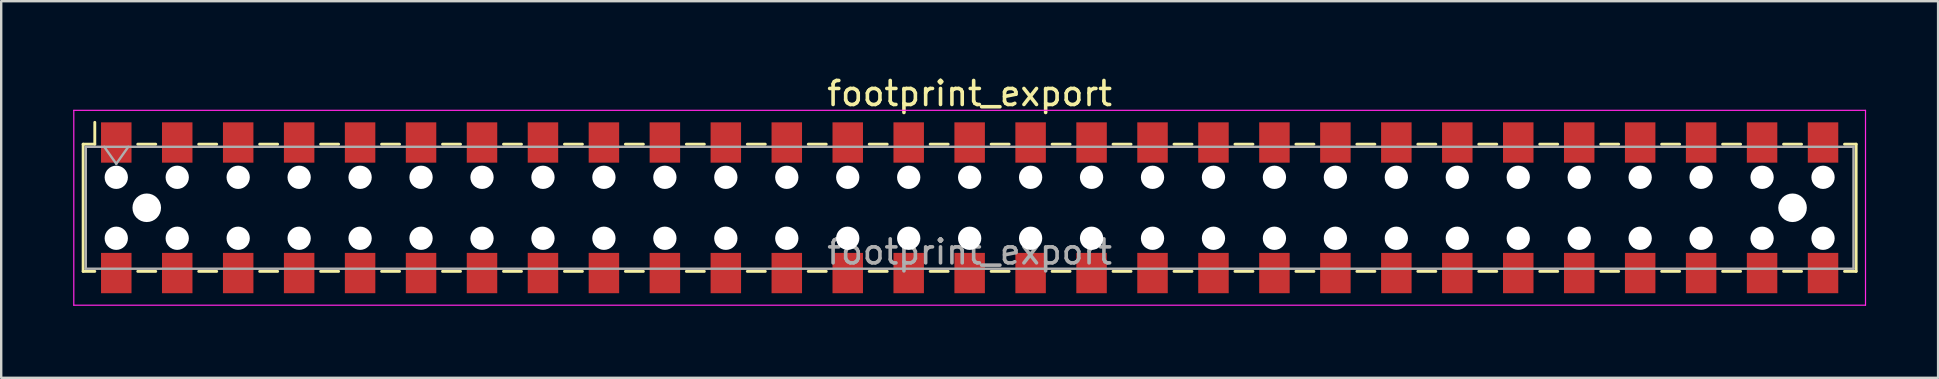
<source format=kicad_pcb>
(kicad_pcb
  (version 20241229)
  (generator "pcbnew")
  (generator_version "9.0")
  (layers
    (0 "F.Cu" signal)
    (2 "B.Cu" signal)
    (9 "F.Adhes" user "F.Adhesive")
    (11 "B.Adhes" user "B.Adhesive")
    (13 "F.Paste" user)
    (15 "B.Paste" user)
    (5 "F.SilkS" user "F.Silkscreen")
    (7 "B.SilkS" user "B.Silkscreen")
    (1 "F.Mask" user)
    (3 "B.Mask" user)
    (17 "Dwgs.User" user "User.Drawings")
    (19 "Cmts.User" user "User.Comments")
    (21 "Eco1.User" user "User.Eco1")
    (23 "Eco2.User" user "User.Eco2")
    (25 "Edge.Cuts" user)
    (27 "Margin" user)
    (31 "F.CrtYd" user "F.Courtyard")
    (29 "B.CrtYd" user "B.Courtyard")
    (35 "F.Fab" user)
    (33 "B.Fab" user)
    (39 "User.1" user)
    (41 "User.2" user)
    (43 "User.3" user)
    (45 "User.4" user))
  (footprint "footprint_export"
    (layer "F.Cu")
    (at 37.355 5.608)
    (property "Reference" "footprint_export" (at 0 -4.76 0) (layer "F.SilkS") (effects (font (size 1 1) (thickness 0.15))))
    (attr smd)
    (fp_line (start -36.94 -2.65) (end -36.94 2.65) (stroke (width 0.12) (type solid)) (layer "F.SilkS"))
    (fp_line (start -36.94 2.65) (end -36.455 2.65) (stroke (width 0.12) (type solid)) (layer "F.SilkS"))
    (fp_line (start -36.455 -3.56) (end -36.455 -2.65) (stroke (width 0.12) (type solid)) (layer "F.SilkS"))
    (fp_line (start -36.455 -2.65) (end -36.94 -2.65) (stroke (width 0.12) (type solid)) (layer "F.SilkS"))
    (fp_line (start -34.665 -2.65) (end -33.915 -2.65) (stroke (width 0.12) (type solid)) (layer "F.SilkS"))
    (fp_line (start -34.665 2.65) (end -33.915 2.65) (stroke (width 0.12) (type solid)) (layer "F.SilkS"))
    (fp_line (start -32.125 -2.65) (end -31.375 -2.65) (stroke (width 0.12) (type solid)) (layer "F.SilkS"))
    (fp_line (start -32.125 2.65) (end -31.375 2.65) (stroke (width 0.12) (type solid)) (layer "F.SilkS"))
    (fp_line (start -29.585 -2.65) (end -28.835 -2.65) (stroke (width 0.12) (type solid)) (layer "F.SilkS"))
    (fp_line (start -29.585 2.65) (end -28.835 2.65) (stroke (width 0.12) (type solid)) (layer "F.SilkS"))
    (fp_line (start -27.045 -2.65) (end -26.295 -2.65) (stroke (width 0.12) (type solid)) (layer "F.SilkS"))
    (fp_line (start -27.045 2.65) (end -26.295 2.65) (stroke (width 0.12) (type solid)) (layer "F.SilkS"))
    (fp_line (start -24.505 -2.65) (end -23.755 -2.65) (stroke (width 0.12) (type solid)) (layer "F.SilkS"))
    (fp_line (start -24.505 2.65) (end -23.755 2.65) (stroke (width 0.12) (type solid)) (layer "F.SilkS"))
    (fp_line (start -21.965 -2.65) (end -21.215 -2.65) (stroke (width 0.12) (type solid)) (layer "F.SilkS"))
    (fp_line (start -21.965 2.65) (end -21.215 2.65) (stroke (width 0.12) (type solid)) (layer "F.SilkS"))
    (fp_line (start -19.425 -2.65) (end -18.675 -2.65) (stroke (width 0.12) (type solid)) (layer "F.SilkS"))
    (fp_line (start -19.425 2.65) (end -18.675 2.65) (stroke (width 0.12) (type solid)) (layer "F.SilkS"))
    (fp_line (start -16.885 -2.65) (end -16.135 -2.65) (stroke (width 0.12) (type solid)) (layer "F.SilkS"))
    (fp_line (start -16.885 2.65) (end -16.135 2.65) (stroke (width 0.12) (type solid)) (layer "F.SilkS"))
    (fp_line (start -14.345 -2.65) (end -13.595 -2.65) (stroke (width 0.12) (type solid)) (layer "F.SilkS"))
    (fp_line (start -14.345 2.65) (end -13.595 2.65) (stroke (width 0.12) (type solid)) (layer "F.SilkS"))
    (fp_line (start -11.805 -2.65) (end -11.055 -2.65) (stroke (width 0.12) (type solid)) (layer "F.SilkS"))
    (fp_line (start -11.805 2.65) (end -11.055 2.65) (stroke (width 0.12) (type solid)) (layer "F.SilkS"))
    (fp_line (start -9.265 -2.65) (end -8.515 -2.65) (stroke (width 0.12) (type solid)) (layer "F.SilkS"))
    (fp_line (start -9.265 2.65) (end -8.515 2.65) (stroke (width 0.12) (type solid)) (layer "F.SilkS"))
    (fp_line (start -6.725 -2.65) (end -5.975 -2.65) (stroke (width 0.12) (type solid)) (layer "F.SilkS"))
    (fp_line (start -6.725 2.65) (end -5.975 2.65) (stroke (width 0.12) (type solid)) (layer "F.SilkS"))
    (fp_line (start -4.185 -2.65) (end -3.435 -2.65) (stroke (width 0.12) (type solid)) (layer "F.SilkS"))
    (fp_line (start -4.185 2.65) (end -3.435 2.65) (stroke (width 0.12) (type solid)) (layer "F.SilkS"))
    (fp_line (start -1.645 -2.65) (end -0.895 -2.65) (stroke (width 0.12) (type solid)) (layer "F.SilkS"))
    (fp_line (start -1.645 2.65) (end -0.895 2.65) (stroke (width 0.12) (type solid)) (layer "F.SilkS"))
    (fp_line (start 0.895 -2.65) (end 1.645 -2.65) (stroke (width 0.12) (type solid)) (layer "F.SilkS"))
    (fp_line (start 0.895 2.65) (end 1.645 2.65) (stroke (width 0.12) (type solid)) (layer "F.SilkS"))
    (fp_line (start 3.435 -2.65) (end 4.185 -2.65) (stroke (width 0.12) (type solid)) (layer "F.SilkS"))
    (fp_line (start 3.435 2.65) (end 4.185 2.65) (stroke (width 0.12) (type solid)) (layer "F.SilkS"))
    (fp_line (start 5.975 -2.65) (end 6.725 -2.65) (stroke (width 0.12) (type solid)) (layer "F.SilkS"))
    (fp_line (start 5.975 2.65) (end 6.725 2.65) (stroke (width 0.12) (type solid)) (layer "F.SilkS"))
    (fp_line (start 8.515 -2.65) (end 9.265 -2.65) (stroke (width 0.12) (type solid)) (layer "F.SilkS"))
    (fp_line (start 8.515 2.65) (end 9.265 2.65) (stroke (width 0.12) (type solid)) (layer "F.SilkS"))
    (fp_line (start 11.055 -2.65) (end 11.805 -2.65) (stroke (width 0.12) (type solid)) (layer "F.SilkS"))
    (fp_line (start 11.055 2.65) (end 11.805 2.65) (stroke (width 0.12) (type solid)) (layer "F.SilkS"))
    (fp_line (start 13.595 -2.65) (end 14.345 -2.65) (stroke (width 0.12) (type solid)) (layer "F.SilkS"))
    (fp_line (start 13.595 2.65) (end 14.345 2.65) (stroke (width 0.12) (type solid)) (layer "F.SilkS"))
    (fp_line (start 16.135 -2.65) (end 16.885 -2.65) (stroke (width 0.12) (type solid)) (layer "F.SilkS"))
    (fp_line (start 16.135 2.65) (end 16.885 2.65) (stroke (width 0.12) (type solid)) (layer "F.SilkS"))
    (fp_line (start 18.675 -2.65) (end 19.425 -2.65) (stroke (width 0.12) (type solid)) (layer "F.SilkS"))
    (fp_line (start 18.675 2.65) (end 19.425 2.65) (stroke (width 0.12) (type solid)) (layer "F.SilkS"))
    (fp_line (start 21.215 -2.65) (end 21.965 -2.65) (stroke (width 0.12) (type solid)) (layer "F.SilkS"))
    (fp_line (start 21.215 2.65) (end 21.965 2.65) (stroke (width 0.12) (type solid)) (layer "F.SilkS"))
    (fp_line (start 23.755 -2.65) (end 24.505 -2.65) (stroke (width 0.12) (type solid)) (layer "F.SilkS"))
    (fp_line (start 23.755 2.65) (end 24.505 2.65) (stroke (width 0.12) (type solid)) (layer "F.SilkS"))
    (fp_line (start 26.295 -2.65) (end 27.045 -2.65) (stroke (width 0.12) (type solid)) (layer "F.SilkS"))
    (fp_line (start 26.295 2.65) (end 27.045 2.65) (stroke (width 0.12) (type solid)) (layer "F.SilkS"))
    (fp_line (start 28.835 -2.65) (end 29.585 -2.65) (stroke (width 0.12) (type solid)) (layer "F.SilkS"))
    (fp_line (start 28.835 2.65) (end 29.585 2.65) (stroke (width 0.12) (type solid)) (layer "F.SilkS"))
    (fp_line (start 31.375 -2.65) (end 32.125 -2.65) (stroke (width 0.12) (type solid)) (layer "F.SilkS"))
    (fp_line (start 31.375 2.65) (end 32.125 2.65) (stroke (width 0.12) (type solid)) (layer "F.SilkS"))
    (fp_line (start 33.915 -2.65) (end 34.665 -2.65) (stroke (width 0.12) (type solid)) (layer "F.SilkS"))
    (fp_line (start 33.915 2.65) (end 34.665 2.65) (stroke (width 0.12) (type solid)) (layer "F.SilkS"))
    (fp_line (start 36.455 -2.65) (end 36.94 -2.65) (stroke (width 0.12) (type solid)) (layer "F.SilkS"))
    (fp_line (start 36.94 -2.65) (end 36.94 2.65) (stroke (width 0.12) (type solid)) (layer "F.SilkS"))
    (fp_line (start 36.94 2.65) (end 36.455 2.65) (stroke (width 0.12) (type solid)) (layer "F.SilkS"))
    (fp_line (start -37.33 -4.06) (end 37.33 -4.06) (stroke (width 0.05) (type solid)) (layer "F.CrtYd"))
    (fp_line (start -37.33 4.06) (end -37.33 -4.06) (stroke (width 0.05) (type solid)) (layer "F.CrtYd"))
    (fp_line (start 37.33 -4.06) (end 37.33 4.06) (stroke (width 0.05) (type solid)) (layer "F.CrtYd"))
    (fp_line (start 37.33 4.06) (end -37.33 4.06) (stroke (width 0.05) (type solid)) (layer "F.CrtYd"))
    (fp_line (start -36.83 -2.54) (end 36.83 -2.54) (stroke (width 0.1) (type solid)) (layer "F.Fab"))
    (fp_line (start -36.83 2.54) (end -36.83 -2.54) (stroke (width 0.1) (type solid)) (layer "F.Fab"))
    (fp_line (start -36.06 -2.54) (end -35.56 -1.833) (stroke (width 0.1) (type solid)) (layer "F.Fab"))
    (fp_line (start -35.56 -1.833) (end -35.06 -2.54) (stroke (width 0.1) (type solid)) (layer "F.Fab"))
    (fp_line (start 36.83 -2.54) (end 36.83 2.54) (stroke (width 0.1) (type solid)) (layer "F.Fab"))
    (fp_line (start 36.83 2.54) (end -36.83 2.54) (stroke (width 0.1) (type solid)) (layer "F.Fab"))
    (fp_text user "${REFERENCE}" (at 0 1.84 0) (layer "F.Fab") (effects (font (size 1 1) (thickness 0.15))))
    (pad "" np_thru_hole circle (at -35.56 -1.27) (size 0.97 0.97) (drill 0.97) (layers "*.Cu" "*.Mask"))
    (pad "" np_thru_hole circle (at -35.56 1.27) (size 0.97 0.97) (drill 0.97) (layers "*.Cu" "*.Mask"))
    (pad "" np_thru_hole circle (at -34.29 0) (size 1.19 1.19) (drill 1.19) (layers "*.Cu" "*.Mask"))
    (pad "" np_thru_hole circle (at -33.02 -1.27) (size 0.97 0.97) (drill 0.97) (layers "*.Cu" "*.Mask"))
    (pad "" np_thru_hole circle (at -33.02 1.27) (size 0.97 0.97) (drill 0.97) (layers "*.Cu" "*.Mask"))
    (pad "" np_thru_hole circle (at -30.48 -1.27) (size 0.97 0.97) (drill 0.97) (layers "*.Cu" "*.Mask"))
    (pad "" np_thru_hole circle (at -30.48 1.27) (size 0.97 0.97) (drill 0.97) (layers "*.Cu" "*.Mask"))
    (pad "" np_thru_hole circle (at -27.94 -1.27) (size 0.97 0.97) (drill 0.97) (layers "*.Cu" "*.Mask"))
    (pad "" np_thru_hole circle (at -27.94 1.27) (size 0.97 0.97) (drill 0.97) (layers "*.Cu" "*.Mask"))
    (pad "" np_thru_hole circle (at -25.4 -1.27) (size 0.97 0.97) (drill 0.97) (layers "*.Cu" "*.Mask"))
    (pad "" np_thru_hole circle (at -25.4 1.27) (size 0.97 0.97) (drill 0.97) (layers "*.Cu" "*.Mask"))
    (pad "" np_thru_hole circle (at -22.86 -1.27) (size 0.97 0.97) (drill 0.97) (layers "*.Cu" "*.Mask"))
    (pad "" np_thru_hole circle (at -22.86 1.27) (size 0.97 0.97) (drill 0.97) (layers "*.Cu" "*.Mask"))
    (pad "" np_thru_hole circle (at -20.32 -1.27) (size 0.97 0.97) (drill 0.97) (layers "*.Cu" "*.Mask"))
    (pad "" np_thru_hole circle (at -20.32 1.27) (size 0.97 0.97) (drill 0.97) (layers "*.Cu" "*.Mask"))
    (pad "" np_thru_hole circle (at -17.78 -1.27) (size 0.97 0.97) (drill 0.97) (layers "*.Cu" "*.Mask"))
    (pad "" np_thru_hole circle (at -17.78 1.27) (size 0.97 0.97) (drill 0.97) (layers "*.Cu" "*.Mask"))
    (pad "" np_thru_hole circle (at -15.24 -1.27) (size 0.97 0.97) (drill 0.97) (layers "*.Cu" "*.Mask"))
    (pad "" np_thru_hole circle (at -15.24 1.27) (size 0.97 0.97) (drill 0.97) (layers "*.Cu" "*.Mask"))
    (pad "" np_thru_hole circle (at -12.7 -1.27) (size 0.97 0.97) (drill 0.97) (layers "*.Cu" "*.Mask"))
    (pad "" np_thru_hole circle (at -12.7 1.27) (size 0.97 0.97) (drill 0.97) (layers "*.Cu" "*.Mask"))
    (pad "" np_thru_hole circle (at -10.16 -1.27) (size 0.97 0.97) (drill 0.97) (layers "*.Cu" "*.Mask"))
    (pad "" np_thru_hole circle (at -10.16 1.27) (size 0.97 0.97) (drill 0.97) (layers "*.Cu" "*.Mask"))
    (pad "" np_thru_hole circle (at -7.62 -1.27) (size 0.97 0.97) (drill 0.97) (layers "*.Cu" "*.Mask"))
    (pad "" np_thru_hole circle (at -7.62 1.27) (size 0.97 0.97) (drill 0.97) (layers "*.Cu" "*.Mask"))
    (pad "" np_thru_hole circle (at -5.08 -1.27) (size 0.97 0.97) (drill 0.97) (layers "*.Cu" "*.Mask"))
    (pad "" np_thru_hole circle (at -5.08 1.27) (size 0.97 0.97) (drill 0.97) (layers "*.Cu" "*.Mask"))
    (pad "" np_thru_hole circle (at -2.54 -1.27) (size 0.97 0.97) (drill 0.97) (layers "*.Cu" "*.Mask"))
    (pad "" np_thru_hole circle (at -2.54 1.27) (size 0.97 0.97) (drill 0.97) (layers "*.Cu" "*.Mask"))
    (pad "" np_thru_hole circle (at 0 -1.27) (size 0.97 0.97) (drill 0.97) (layers "*.Cu" "*.Mask"))
    (pad "" np_thru_hole circle (at 0 1.27) (size 0.97 0.97) (drill 0.97) (layers "*.Cu" "*.Mask"))
    (pad "" np_thru_hole circle (at 2.54 -1.27) (size 0.97 0.97) (drill 0.97) (layers "*.Cu" "*.Mask"))
    (pad "" np_thru_hole circle (at 2.54 1.27) (size 0.97 0.97) (drill 0.97) (layers "*.Cu" "*.Mask"))
    (pad "" np_thru_hole circle (at 5.08 -1.27) (size 0.97 0.97) (drill 0.97) (layers "*.Cu" "*.Mask"))
    (pad "" np_thru_hole circle (at 5.08 1.27) (size 0.97 0.97) (drill 0.97) (layers "*.Cu" "*.Mask"))
    (pad "" np_thru_hole circle (at 7.62 -1.27) (size 0.97 0.97) (drill 0.97) (layers "*.Cu" "*.Mask"))
    (pad "" np_thru_hole circle (at 7.62 1.27) (size 0.97 0.97) (drill 0.97) (layers "*.Cu" "*.Mask"))
    (pad "" np_thru_hole circle (at 10.16 -1.27) (size 0.97 0.97) (drill 0.97) (layers "*.Cu" "*.Mask"))
    (pad "" np_thru_hole circle (at 10.16 1.27) (size 0.97 0.97) (drill 0.97) (layers "*.Cu" "*.Mask"))
    (pad "" np_thru_hole circle (at 12.7 -1.27) (size 0.97 0.97) (drill 0.97) (layers "*.Cu" "*.Mask"))
    (pad "" np_thru_hole circle (at 12.7 1.27) (size 0.97 0.97) (drill 0.97) (layers "*.Cu" "*.Mask"))
    (pad "" np_thru_hole circle (at 15.24 -1.27) (size 0.97 0.97) (drill 0.97) (layers "*.Cu" "*.Mask"))
    (pad "" np_thru_hole circle (at 15.24 1.27) (size 0.97 0.97) (drill 0.97) (layers "*.Cu" "*.Mask"))
    (pad "" np_thru_hole circle (at 17.78 -1.27) (size 0.97 0.97) (drill 0.97) (layers "*.Cu" "*.Mask"))
    (pad "" np_thru_hole circle (at 17.78 1.27) (size 0.97 0.97) (drill 0.97) (layers "*.Cu" "*.Mask"))
    (pad "" np_thru_hole circle (at 20.32 -1.27) (size 0.97 0.97) (drill 0.97) (layers "*.Cu" "*.Mask"))
    (pad "" np_thru_hole circle (at 20.32 1.27) (size 0.97 0.97) (drill 0.97) (layers "*.Cu" "*.Mask"))
    (pad "" np_thru_hole circle (at 22.86 -1.27) (size 0.97 0.97) (drill 0.97) (layers "*.Cu" "*.Mask"))
    (pad "" np_thru_hole circle (at 22.86 1.27) (size 0.97 0.97) (drill 0.97) (layers "*.Cu" "*.Mask"))
    (pad "" np_thru_hole circle (at 25.4 -1.27) (size 0.97 0.97) (drill 0.97) (layers "*.Cu" "*.Mask"))
    (pad "" np_thru_hole circle (at 25.4 1.27) (size 0.97 0.97) (drill 0.97) (layers "*.Cu" "*.Mask"))
    (pad "" np_thru_hole circle (at 27.94 -1.27) (size 0.97 0.97) (drill 0.97) (layers "*.Cu" "*.Mask"))
    (pad "" np_thru_hole circle (at 27.94 1.27) (size 0.97 0.97) (drill 0.97) (layers "*.Cu" "*.Mask"))
    (pad "" np_thru_hole circle (at 30.48 -1.27) (size 0.97 0.97) (drill 0.97) (layers "*.Cu" "*.Mask"))
    (pad "" np_thru_hole circle (at 30.48 1.27) (size 0.97 0.97) (drill 0.97) (layers "*.Cu" "*.Mask"))
    (pad "" np_thru_hole circle (at 33.02 -1.27) (size 0.97 0.97) (drill 0.97) (layers "*.Cu" "*.Mask"))
    (pad "" np_thru_hole circle (at 33.02 1.27) (size 0.97 0.97) (drill 0.97) (layers "*.Cu" "*.Mask"))
    (pad "" np_thru_hole circle (at 34.29 0) (size 1.19 1.19) (drill 1.19) (layers "*.Cu" "*.Mask"))
    (pad "" np_thru_hole circle (at 35.56 -1.27) (size 0.97 0.97) (drill 0.97) (layers "*.Cu" "*.Mask"))
    (pad "" np_thru_hole circle (at 35.56 1.27) (size 0.97 0.97) (drill 0.97) (layers "*.Cu" "*.Mask"))
    (pad "1" smd rect (at -35.56 -2.72) (size 1.27 1.68) (layers "F.Cu" "F.Mask" "F.Paste"))
    (pad "2" smd rect (at -35.56 2.72) (size 1.27 1.68) (layers "F.Cu" "F.Mask" "F.Paste"))
    (pad "3" smd rect (at -33.02 -2.72) (size 1.27 1.68) (layers "F.Cu" "F.Mask" "F.Paste"))
    (pad "4" smd rect (at -33.02 2.72) (size 1.27 1.68) (layers "F.Cu" "F.Mask" "F.Paste"))
    (pad "5" smd rect (at -30.48 -2.72) (size 1.27 1.68) (layers "F.Cu" "F.Mask" "F.Paste"))
    (pad "6" smd rect (at -30.48 2.72) (size 1.27 1.68) (layers "F.Cu" "F.Mask" "F.Paste"))
    (pad "7" smd rect (at -27.94 -2.72) (size 1.27 1.68) (layers "F.Cu" "F.Mask" "F.Paste"))
    (pad "8" smd rect (at -27.94 2.72) (size 1.27 1.68) (layers "F.Cu" "F.Mask" "F.Paste"))
    (pad "9" smd rect (at -25.4 -2.72) (size 1.27 1.68) (layers "F.Cu" "F.Mask" "F.Paste"))
    (pad "10" smd rect (at -25.4 2.72) (size 1.27 1.68) (layers "F.Cu" "F.Mask" "F.Paste"))
    (pad "11" smd rect (at -22.86 -2.72) (size 1.27 1.68) (layers "F.Cu" "F.Mask" "F.Paste"))
    (pad "12" smd rect (at -22.86 2.72) (size 1.27 1.68) (layers "F.Cu" "F.Mask" "F.Paste"))
    (pad "13" smd rect (at -20.32 -2.72) (size 1.27 1.68) (layers "F.Cu" "F.Mask" "F.Paste"))
    (pad "14" smd rect (at -20.32 2.72) (size 1.27 1.68) (layers "F.Cu" "F.Mask" "F.Paste"))
    (pad "15" smd rect (at -17.78 -2.72) (size 1.27 1.68) (layers "F.Cu" "F.Mask" "F.Paste"))
    (pad "16" smd rect (at -17.78 2.72) (size 1.27 1.68) (layers "F.Cu" "F.Mask" "F.Paste"))
    (pad "17" smd rect (at -15.24 -2.72) (size 1.27 1.68) (layers "F.Cu" "F.Mask" "F.Paste"))
    (pad "18" smd rect (at -15.24 2.72) (size 1.27 1.68) (layers "F.Cu" "F.Mask" "F.Paste"))
    (pad "19" smd rect (at -12.7 -2.72) (size 1.27 1.68) (layers "F.Cu" "F.Mask" "F.Paste"))
    (pad "20" smd rect (at -12.7 2.72) (size 1.27 1.68) (layers "F.Cu" "F.Mask" "F.Paste"))
    (pad "21" smd rect (at -10.16 -2.72) (size 1.27 1.68) (layers "F.Cu" "F.Mask" "F.Paste"))
    (pad "22" smd rect (at -10.16 2.72) (size 1.27 1.68) (layers "F.Cu" "F.Mask" "F.Paste"))
    (pad "23" smd rect (at -7.62 -2.72) (size 1.27 1.68) (layers "F.Cu" "F.Mask" "F.Paste"))
    (pad "24" smd rect (at -7.62 2.72) (size 1.27 1.68) (layers "F.Cu" "F.Mask" "F.Paste"))
    (pad "25" smd rect (at -5.08 -2.72) (size 1.27 1.68) (layers "F.Cu" "F.Mask" "F.Paste"))
    (pad "26" smd rect (at -5.08 2.72) (size 1.27 1.68) (layers "F.Cu" "F.Mask" "F.Paste"))
    (pad "27" smd rect (at -2.54 -2.72) (size 1.27 1.68) (layers "F.Cu" "F.Mask" "F.Paste"))
    (pad "28" smd rect (at -2.54 2.72) (size 1.27 1.68) (layers "F.Cu" "F.Mask" "F.Paste"))
    (pad "29" smd rect (at 0 -2.72) (size 1.27 1.68) (layers "F.Cu" "F.Mask" "F.Paste"))
    (pad "30" smd rect (at 0 2.72) (size 1.27 1.68) (layers "F.Cu" "F.Mask" "F.Paste"))
    (pad "31" smd rect (at 2.54 -2.72) (size 1.27 1.68) (layers "F.Cu" "F.Mask" "F.Paste"))
    (pad "32" smd rect (at 2.54 2.72) (size 1.27 1.68) (layers "F.Cu" "F.Mask" "F.Paste"))
    (pad "33" smd rect (at 5.08 -2.72) (size 1.27 1.68) (layers "F.Cu" "F.Mask" "F.Paste"))
    (pad "34" smd rect (at 5.08 2.72) (size 1.27 1.68) (layers "F.Cu" "F.Mask" "F.Paste"))
    (pad "35" smd rect (at 7.62 -2.72) (size 1.27 1.68) (layers "F.Cu" "F.Mask" "F.Paste"))
    (pad "36" smd rect (at 7.62 2.72) (size 1.27 1.68) (layers "F.Cu" "F.Mask" "F.Paste"))
    (pad "37" smd rect (at 10.16 -2.72) (size 1.27 1.68) (layers "F.Cu" "F.Mask" "F.Paste"))
    (pad "38" smd rect (at 10.16 2.72) (size 1.27 1.68) (layers "F.Cu" "F.Mask" "F.Paste"))
    (pad "39" smd rect (at 12.7 -2.72) (size 1.27 1.68) (layers "F.Cu" "F.Mask" "F.Paste"))
    (pad "40" smd rect (at 12.7 2.72) (size 1.27 1.68) (layers "F.Cu" "F.Mask" "F.Paste"))
    (pad "41" smd rect (at 15.24 -2.72) (size 1.27 1.68) (layers "F.Cu" "F.Mask" "F.Paste"))
    (pad "42" smd rect (at 15.24 2.72) (size 1.27 1.68) (layers "F.Cu" "F.Mask" "F.Paste"))
    (pad "43" smd rect (at 17.78 -2.72) (size 1.27 1.68) (layers "F.Cu" "F.Mask" "F.Paste"))
    (pad "44" smd rect (at 17.78 2.72) (size 1.27 1.68) (layers "F.Cu" "F.Mask" "F.Paste"))
    (pad "45" smd rect (at 20.32 -2.72) (size 1.27 1.68) (layers "F.Cu" "F.Mask" "F.Paste"))
    (pad "46" smd rect (at 20.32 2.72) (size 1.27 1.68) (layers "F.Cu" "F.Mask" "F.Paste"))
    (pad "47" smd rect (at 22.86 -2.72) (size 1.27 1.68) (layers "F.Cu" "F.Mask" "F.Paste"))
    (pad "48" smd rect (at 22.86 2.72) (size 1.27 1.68) (layers "F.Cu" "F.Mask" "F.Paste"))
    (pad "49" smd rect (at 25.4 -2.72) (size 1.27 1.68) (layers "F.Cu" "F.Mask" "F.Paste"))
    (pad "50" smd rect (at 25.4 2.72) (size 1.27 1.68) (layers "F.Cu" "F.Mask" "F.Paste"))
    (pad "51" smd rect (at 27.94 -2.72) (size 1.27 1.68) (layers "F.Cu" "F.Mask" "F.Paste"))
    (pad "52" smd rect (at 27.94 2.72) (size 1.27 1.68) (layers "F.Cu" "F.Mask" "F.Paste"))
    (pad "53" smd rect (at 30.48 -2.72) (size 1.27 1.68) (layers "F.Cu" "F.Mask" "F.Paste"))
    (pad "54" smd rect (at 30.48 2.72) (size 1.27 1.68) (layers "F.Cu" "F.Mask" "F.Paste"))
    (pad "55" smd rect (at 33.02 -2.72) (size 1.27 1.68) (layers "F.Cu" "F.Mask" "F.Paste"))
    (pad "56" smd rect (at 33.02 2.72) (size 1.27 1.68) (layers "F.Cu" "F.Mask" "F.Paste"))
    (pad "57" smd rect (at 35.56 -2.72) (size 1.27 1.68) (layers "F.Cu" "F.Mask" "F.Paste"))
    (pad "58" smd rect (at 35.56 2.72) (size 1.27 1.68) (layers "F.Cu" "F.Mask" "F.Paste")))
  (gr_rect
    (start -3 -3)
    (end 77.71 12.693)
    (stroke (width 0.1) (type default))
    (fill no)
    (layer "Edge.Cuts")))
</source>
